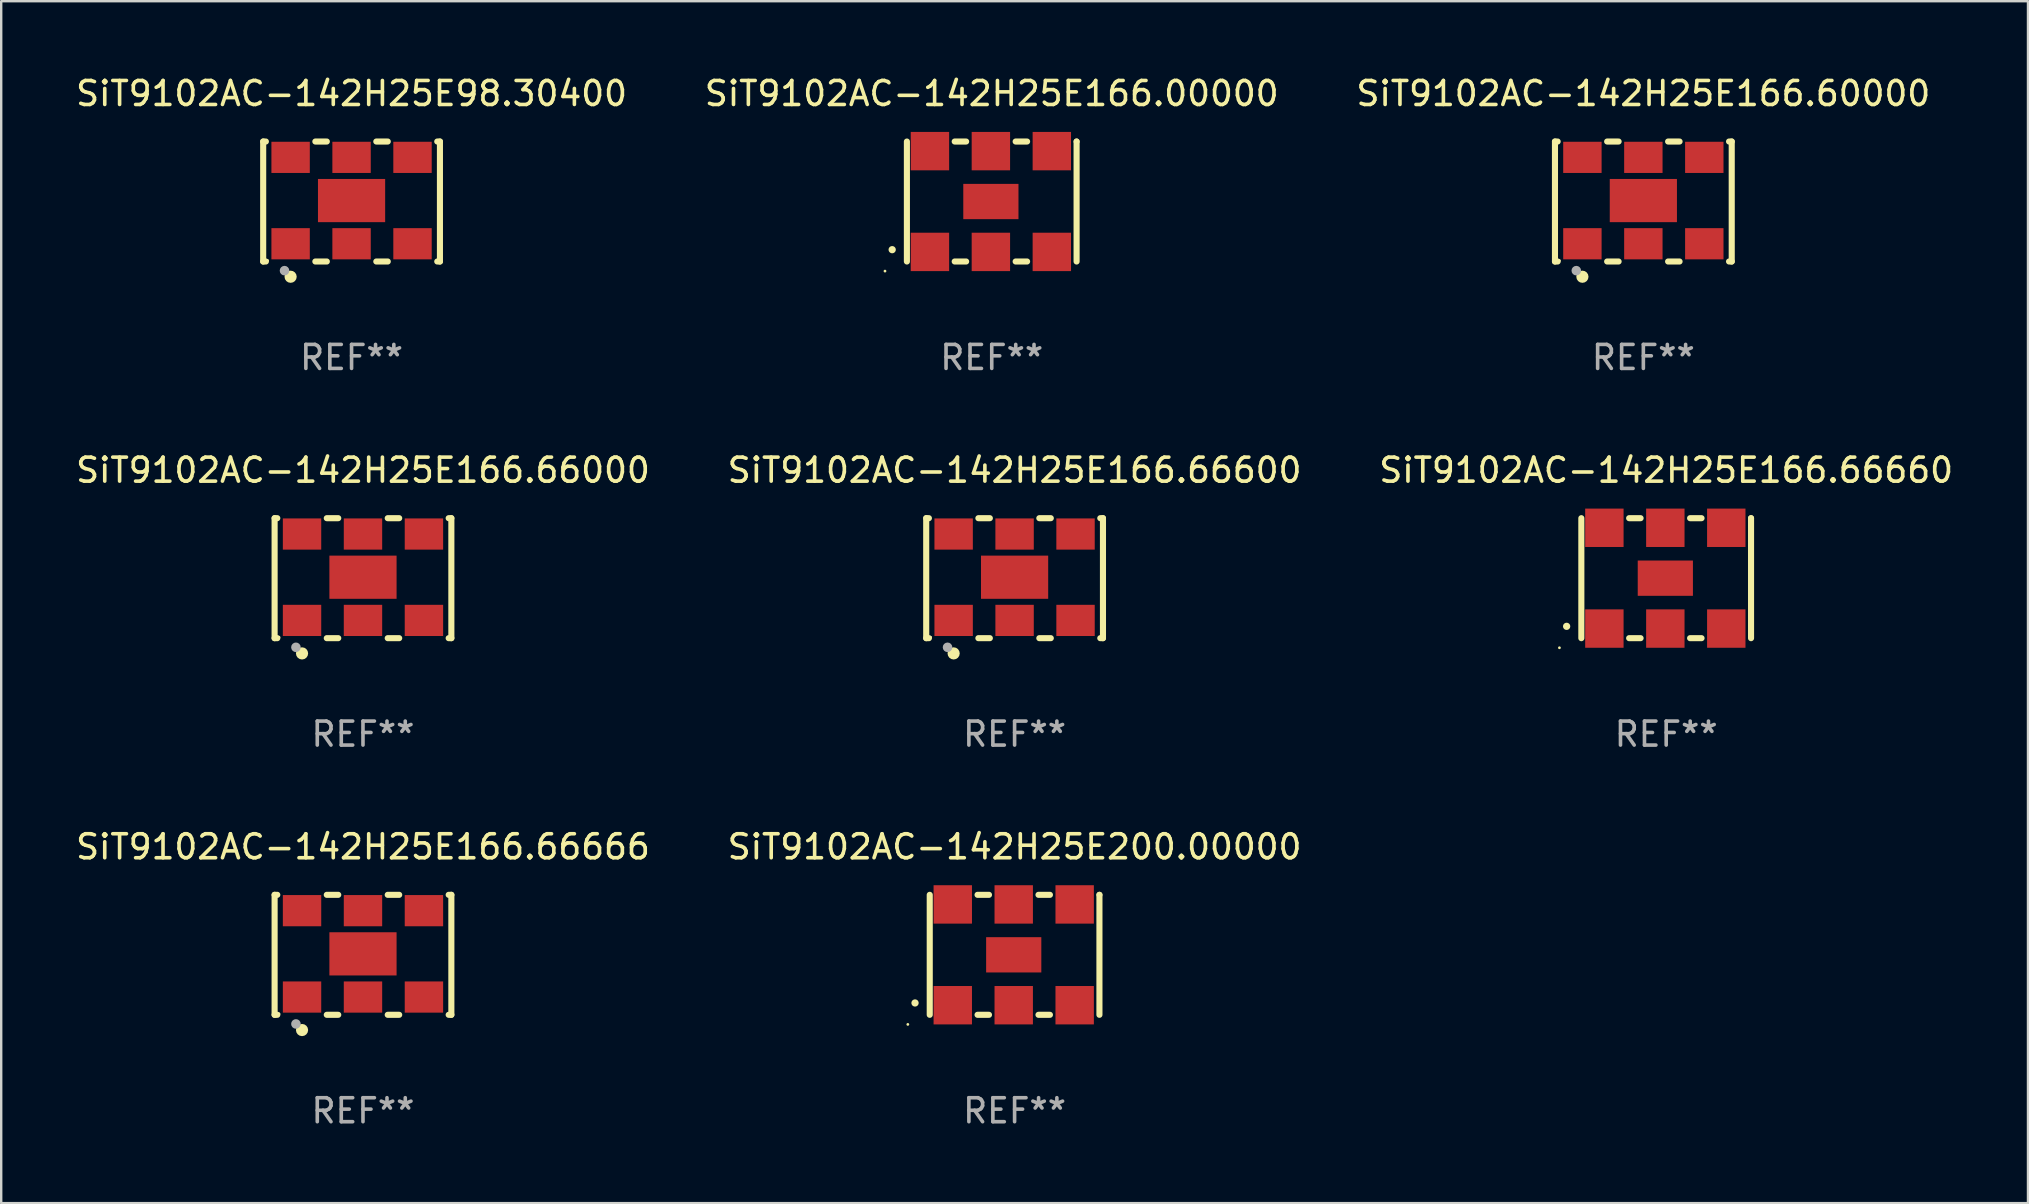
<source format=kicad_pcb>
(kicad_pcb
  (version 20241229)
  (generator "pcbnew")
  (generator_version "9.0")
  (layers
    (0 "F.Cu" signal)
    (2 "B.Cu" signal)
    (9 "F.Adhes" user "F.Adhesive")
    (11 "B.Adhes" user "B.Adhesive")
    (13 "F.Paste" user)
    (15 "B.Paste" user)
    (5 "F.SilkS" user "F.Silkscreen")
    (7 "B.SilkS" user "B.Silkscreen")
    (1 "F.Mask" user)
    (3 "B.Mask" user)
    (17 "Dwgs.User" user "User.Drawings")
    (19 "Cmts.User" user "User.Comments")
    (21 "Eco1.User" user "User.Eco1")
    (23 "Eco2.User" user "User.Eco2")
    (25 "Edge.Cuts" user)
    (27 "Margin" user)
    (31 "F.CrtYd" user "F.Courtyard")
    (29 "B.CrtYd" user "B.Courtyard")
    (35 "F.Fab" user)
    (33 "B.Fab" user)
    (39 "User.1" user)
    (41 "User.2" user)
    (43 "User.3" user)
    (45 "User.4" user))
  (footprint "SiT9102AC-142H25E98.30400"
    (layer "F.Cu")
    (at 11.601 5.348)
    (property "Reference" "SiT9102AC-142H25E98.30400" (at 0 -4.5 0) (layer "F.SilkS") (effects (font (size 1 1) (thickness 0.15))))
    (attr through_hole)
    (fp_line (start -3.683 -2.5) (end -3.571 -2.5) (stroke (width 0.254) (type solid)) (layer "F.SilkS"))
    (fp_line (start -3.683 2.5) (end -3.683 -2.5) (stroke (width 0.254) (type solid)) (layer "F.SilkS"))
    (fp_line (start -3.683 2.5) (end -3.571 2.5) (stroke (width 0.254) (type solid)) (layer "F.SilkS"))
    (fp_line (start -1.509 -2.5) (end -1.031 -2.5) (stroke (width 0.254) (type solid)) (layer "F.SilkS"))
    (fp_line (start -1.509 2.5) (end -1.031 2.5) (stroke (width 0.254) (type solid)) (layer "F.SilkS"))
    (fp_line (start 1.031 -2.5) (end 1.509 -2.5) (stroke (width 0.254) (type solid)) (layer "F.SilkS"))
    (fp_line (start 1.031 2.5) (end 1.509 2.5) (stroke (width 0.254) (type solid)) (layer "F.SilkS"))
    (fp_line (start 3.571 -2.5) (end 3.683 -2.5) (stroke (width 0.254) (type solid)) (layer "F.SilkS"))
    (fp_line (start 3.571 2.5) (end 3.683 2.5) (stroke (width 0.254) (type solid)) (layer "F.SilkS"))
    (fp_line (start 3.683 2.5) (end 3.683 -2.5) (stroke (width 0.254) (type solid)) (layer "F.SilkS"))
    (fp_circle (center -3.5 2.46) (end -3.47 2.46) (stroke (width 0.06) (type solid)) (fill no) (layer "F.SilkS"))
    (fp_circle (center -2.54 3.135) (end -2.413 3.135) (stroke (width 0.254) (type solid)) (fill no) (layer "F.SilkS"))
    (fp_circle (center -2.794 2.881) (end -2.694 2.881) (stroke (width 0.2) (type solid)) (fill no) (layer "F.Fab"))
    (fp_text user "REF**" (at 0 6.5 0) (layer "F.Fab") (effects (font (size 1 1) (thickness 0.15))))
    (pad "1" smd rect (at -2.54 1.76) (size 1.6 1.3) (layers "F.Cu" "F.Mask" "F.Paste"))
    (pad "2" smd rect (at 0 1.76) (size 1.6 1.3) (layers "F.Cu" "F.Mask" "F.Paste"))
    (pad "3" smd rect (at 2.54 1.76) (size 1.6 1.3) (layers "F.Cu" "F.Mask" "F.Paste"))
    (pad "4" smd rect (at 2.54 -1.84) (size 1.6 1.3) (layers "F.Cu" "F.Mask" "F.Paste"))
    (pad "5" smd rect (at 0 -1.84) (size 1.6 1.3) (layers "F.Cu" "F.Mask" "F.Paste"))
    (pad "6" smd rect (at -2.54 -1.84) (size 1.6 1.3) (layers "F.Cu" "F.Mask" "F.Paste"))
    (pad "7" smd rect (at 0 -0.04) (size 2.8 1.8) (layers "F.Cu" "F.Mask" "F.Paste")))
  (footprint "SiT9102AC-142H25E166.66000"
    (layer "F.Cu")
    (at 12.077 21.045)
    (property "Reference" "SiT9102AC-142H25E166.66000" (at 0 -4.5 0) (layer "F.SilkS") (effects (font (size 1 1) (thickness 0.15))))
    (attr through_hole)
    (fp_line (start -3.683 -2.5) (end -3.571 -2.5) (stroke (width 0.254) (type solid)) (layer "F.SilkS"))
    (fp_line (start -3.683 2.5) (end -3.683 -2.5) (stroke (width 0.254) (type solid)) (layer "F.SilkS"))
    (fp_line (start -3.683 2.5) (end -3.571 2.5) (stroke (width 0.254) (type solid)) (layer "F.SilkS"))
    (fp_line (start -1.509 -2.5) (end -1.031 -2.5) (stroke (width 0.254) (type solid)) (layer "F.SilkS"))
    (fp_line (start -1.509 2.5) (end -1.031 2.5) (stroke (width 0.254) (type solid)) (layer "F.SilkS"))
    (fp_line (start 1.031 -2.5) (end 1.509 -2.5) (stroke (width 0.254) (type solid)) (layer "F.SilkS"))
    (fp_line (start 1.031 2.5) (end 1.509 2.5) (stroke (width 0.254) (type solid)) (layer "F.SilkS"))
    (fp_line (start 3.571 -2.5) (end 3.683 -2.5) (stroke (width 0.254) (type solid)) (layer "F.SilkS"))
    (fp_line (start 3.571 2.5) (end 3.683 2.5) (stroke (width 0.254) (type solid)) (layer "F.SilkS"))
    (fp_line (start 3.683 2.5) (end 3.683 -2.5) (stroke (width 0.254) (type solid)) (layer "F.SilkS"))
    (fp_circle (center -3.5 2.46) (end -3.47 2.46) (stroke (width 0.06) (type solid)) (fill no) (layer "F.SilkS"))
    (fp_circle (center -2.54 3.135) (end -2.413 3.135) (stroke (width 0.254) (type solid)) (fill no) (layer "F.SilkS"))
    (fp_circle (center -2.794 2.881) (end -2.694 2.881) (stroke (width 0.2) (type solid)) (fill no) (layer "F.Fab"))
    (fp_text user "REF**" (at 0 6.5 0) (layer "F.Fab") (effects (font (size 1 1) (thickness 0.15))))
    (pad "1" smd rect (at -2.54 1.76) (size 1.6 1.3) (layers "F.Cu" "F.Mask" "F.Paste"))
    (pad "2" smd rect (at 0 1.76) (size 1.6 1.3) (layers "F.Cu" "F.Mask" "F.Paste"))
    (pad "3" smd rect (at 2.54 1.76) (size 1.6 1.3) (layers "F.Cu" "F.Mask" "F.Paste"))
    (pad "4" smd rect (at 2.54 -1.84) (size 1.6 1.3) (layers "F.Cu" "F.Mask" "F.Paste"))
    (pad "5" smd rect (at 0 -1.84) (size 1.6 1.3) (layers "F.Cu" "F.Mask" "F.Paste"))
    (pad "6" smd rect (at -2.54 -1.84) (size 1.6 1.3) (layers "F.Cu" "F.Mask" "F.Paste"))
    (pad "7" smd rect (at 0 -0.04) (size 2.8 1.8) (layers "F.Cu" "F.Mask" "F.Paste")))
  (footprint "SiT9102AC-142H25E166.66600"
    (layer "F.Cu")
    (at 39.232 21.045)
    (property "Reference" "SiT9102AC-142H25E166.66600" (at 0 -4.5 0) (layer "F.SilkS") (effects (font (size 1 1) (thickness 0.15))))
    (attr through_hole)
    (fp_line (start -3.683 -2.5) (end -3.571 -2.5) (stroke (width 0.254) (type solid)) (layer "F.SilkS"))
    (fp_line (start -3.683 2.5) (end -3.683 -2.5) (stroke (width 0.254) (type solid)) (layer "F.SilkS"))
    (fp_line (start -3.683 2.5) (end -3.571 2.5) (stroke (width 0.254) (type solid)) (layer "F.SilkS"))
    (fp_line (start -1.509 -2.5) (end -1.031 -2.5) (stroke (width 0.254) (type solid)) (layer "F.SilkS"))
    (fp_line (start -1.509 2.5) (end -1.031 2.5) (stroke (width 0.254) (type solid)) (layer "F.SilkS"))
    (fp_line (start 1.031 -2.5) (end 1.509 -2.5) (stroke (width 0.254) (type solid)) (layer "F.SilkS"))
    (fp_line (start 1.031 2.5) (end 1.509 2.5) (stroke (width 0.254) (type solid)) (layer "F.SilkS"))
    (fp_line (start 3.571 -2.5) (end 3.683 -2.5) (stroke (width 0.254) (type solid)) (layer "F.SilkS"))
    (fp_line (start 3.571 2.5) (end 3.683 2.5) (stroke (width 0.254) (type solid)) (layer "F.SilkS"))
    (fp_line (start 3.683 2.5) (end 3.683 -2.5) (stroke (width 0.254) (type solid)) (layer "F.SilkS"))
    (fp_circle (center -3.5 2.46) (end -3.47 2.46) (stroke (width 0.06) (type solid)) (fill no) (layer "F.SilkS"))
    (fp_circle (center -2.54 3.135) (end -2.413 3.135) (stroke (width 0.254) (type solid)) (fill no) (layer "F.SilkS"))
    (fp_circle (center -2.794 2.881) (end -2.694 2.881) (stroke (width 0.2) (type solid)) (fill no) (layer "F.Fab"))
    (fp_text user "REF**" (at 0 6.5 0) (layer "F.Fab") (effects (font (size 1 1) (thickness 0.15))))
    (pad "1" smd rect (at -2.54 1.76) (size 1.6 1.3) (layers "F.Cu" "F.Mask" "F.Paste"))
    (pad "2" smd rect (at 0 1.76) (size 1.6 1.3) (layers "F.Cu" "F.Mask" "F.Paste"))
    (pad "3" smd rect (at 2.54 1.76) (size 1.6 1.3) (layers "F.Cu" "F.Mask" "F.Paste"))
    (pad "4" smd rect (at 2.54 -1.84) (size 1.6 1.3) (layers "F.Cu" "F.Mask" "F.Paste"))
    (pad "5" smd rect (at 0 -1.84) (size 1.6 1.3) (layers "F.Cu" "F.Mask" "F.Paste"))
    (pad "6" smd rect (at -2.54 -1.84) (size 1.6 1.3) (layers "F.Cu" "F.Mask" "F.Paste"))
    (pad "7" smd rect (at 0 -0.04) (size 2.8 1.8) (layers "F.Cu" "F.Mask" "F.Paste")))
  (footprint "SiT9102AC-142H25E166.66666"
    (layer "F.Cu")
    (at 12.077 36.741)
    (property "Reference" "SiT9102AC-142H25E166.66666" (at 0 -4.5 0) (layer "F.SilkS") (effects (font (size 1 1) (thickness 0.15))))
    (attr through_hole)
    (fp_line (start -3.683 -2.5) (end -3.571 -2.5) (stroke (width 0.254) (type solid)) (layer "F.SilkS"))
    (fp_line (start -3.683 2.5) (end -3.683 -2.5) (stroke (width 0.254) (type solid)) (layer "F.SilkS"))
    (fp_line (start -3.683 2.5) (end -3.571 2.5) (stroke (width 0.254) (type solid)) (layer "F.SilkS"))
    (fp_line (start -1.509 -2.5) (end -1.031 -2.5) (stroke (width 0.254) (type solid)) (layer "F.SilkS"))
    (fp_line (start -1.509 2.5) (end -1.031 2.5) (stroke (width 0.254) (type solid)) (layer "F.SilkS"))
    (fp_line (start 1.031 -2.5) (end 1.509 -2.5) (stroke (width 0.254) (type solid)) (layer "F.SilkS"))
    (fp_line (start 1.031 2.5) (end 1.509 2.5) (stroke (width 0.254) (type solid)) (layer "F.SilkS"))
    (fp_line (start 3.571 -2.5) (end 3.683 -2.5) (stroke (width 0.254) (type solid)) (layer "F.SilkS"))
    (fp_line (start 3.571 2.5) (end 3.683 2.5) (stroke (width 0.254) (type solid)) (layer "F.SilkS"))
    (fp_line (start 3.683 2.5) (end 3.683 -2.5) (stroke (width 0.254) (type solid)) (layer "F.SilkS"))
    (fp_circle (center -3.5 2.46) (end -3.47 2.46) (stroke (width 0.06) (type solid)) (fill no) (layer "F.SilkS"))
    (fp_circle (center -2.54 3.135) (end -2.413 3.135) (stroke (width 0.254) (type solid)) (fill no) (layer "F.SilkS"))
    (fp_circle (center -2.794 2.881) (end -2.694 2.881) (stroke (width 0.2) (type solid)) (fill no) (layer "F.Fab"))
    (fp_text user "REF**" (at 0 6.5 0) (layer "F.Fab") (effects (font (size 1 1) (thickness 0.15))))
    (pad "1" smd rect (at -2.54 1.76) (size 1.6 1.3) (layers "F.Cu" "F.Mask" "F.Paste"))
    (pad "2" smd rect (at 0 1.76) (size 1.6 1.3) (layers "F.Cu" "F.Mask" "F.Paste"))
    (pad "3" smd rect (at 2.54 1.76) (size 1.6 1.3) (layers "F.Cu" "F.Mask" "F.Paste"))
    (pad "4" smd rect (at 2.54 -1.84) (size 1.6 1.3) (layers "F.Cu" "F.Mask" "F.Paste"))
    (pad "5" smd rect (at 0 -1.84) (size 1.6 1.3) (layers "F.Cu" "F.Mask" "F.Paste"))
    (pad "6" smd rect (at -2.54 -1.84) (size 1.6 1.3) (layers "F.Cu" "F.Mask" "F.Paste"))
    (pad "7" smd rect (at 0 -0.04) (size 2.8 1.8) (layers "F.Cu" "F.Mask" "F.Paste")))
  (footprint "SiT9102AC-142H25E166.66660"
    (layer "F.Cu")
    (at 66.387 21.045)
    (property "Reference" "SiT9102AC-142H25E166.66660" (at 0 -4.5 0) (layer "F.SilkS") (effects (font (size 1 1) (thickness 0.15))))
    (attr through_hole)
    (fp_line (start -3.536 -2.5) (end -3.536 2.5) (stroke (width 0.254) (type solid)) (layer "F.SilkS"))
    (fp_line (start -1.544 2.5) (end -1.067 2.5) (stroke (width 0.254) (type solid)) (layer "F.SilkS"))
    (fp_line (start -1.067 -2.5) (end -1.544 -2.5) (stroke (width 0.254) (type solid)) (layer "F.SilkS"))
    (fp_line (start 0.996 2.5) (end 1.473 2.5) (stroke (width 0.254) (type solid)) (layer "F.SilkS"))
    (fp_line (start 1.473 -2.5) (end 0.996 -2.5) (stroke (width 0.254) (type solid)) (layer "F.SilkS"))
    (fp_line (start 3.536 -2.5) (end 3.536 -2.5) (stroke (width 0.254) (type solid)) (layer "F.SilkS"))
    (fp_line (start 3.536 2.5) (end 3.536 -2.5) (stroke (width 0.254) (type solid)) (layer "F.SilkS"))
    (fp_arc (start -4.150432 2.006604) (mid -4.149162 2.006599) (end -4.147892 2.006604) (stroke (width 0.3) (type solid)) (layer "F.SilkS"))
    (fp_circle (center -4.449 2.9) (end -4.419 2.9) (stroke (width 0.06) (type solid)) (fill no) (layer "F.SilkS"))
    (fp_text user "REF**" (at 0 6.5 0) (layer "F.Fab") (effects (font (size 1 1) (thickness 0.15))))
    (pad "1" smd rect (at -2.576 2.1) (size 1.6 1.6) (layers "F.Cu" "F.Mask" "F.Paste"))
    (pad "2" smd rect (at -0.036 2.1) (size 1.6 1.6) (layers "F.Cu" "F.Mask" "F.Paste"))
    (pad "3" smd rect (at 2.504 2.1) (size 1.6 1.6) (layers "F.Cu" "F.Mask" "F.Paste"))
    (pad "4" smd rect (at 2.504 -2.1) (size 1.6 1.6) (layers "F.Cu" "F.Mask" "F.Paste"))
    (pad "5" smd rect (at -0.036 -2.1) (size 1.6 1.6) (layers "F.Cu" "F.Mask" "F.Paste"))
    (pad "6" smd rect (at -2.576 -2.1) (size 1.6 1.6) (layers "F.Cu" "F.Mask" "F.Paste"))
    (pad "7" smd rect (at -0.036 0) (size 2.3 1.47) (layers "F.Cu" "F.Mask" "F.Paste")))
  (footprint "SiT9102AC-142H25E200.00000"
    (layer "F.Cu")
    (at 39.232 36.741)
    (property "Reference" "SiT9102AC-142H25E200.00000" (at 0 -4.5 0) (layer "F.SilkS") (effects (font (size 1 1) (thickness 0.15))))
    (attr through_hole)
    (fp_line (start -3.536 -2.5) (end -3.536 2.5) (stroke (width 0.254) (type solid)) (layer "F.SilkS"))
    (fp_line (start -1.544 2.5) (end -1.067 2.5) (stroke (width 0.254) (type solid)) (layer "F.SilkS"))
    (fp_line (start -1.067 -2.5) (end -1.544 -2.5) (stroke (width 0.254) (type solid)) (layer "F.SilkS"))
    (fp_line (start 0.996 2.5) (end 1.473 2.5) (stroke (width 0.254) (type solid)) (layer "F.SilkS"))
    (fp_line (start 1.473 -2.5) (end 0.996 -2.5) (stroke (width 0.254) (type solid)) (layer "F.SilkS"))
    (fp_line (start 3.536 -2.5) (end 3.536 -2.5) (stroke (width 0.254) (type solid)) (layer "F.SilkS"))
    (fp_line (start 3.536 2.5) (end 3.536 -2.5) (stroke (width 0.254) (type solid)) (layer "F.SilkS"))
    (fp_arc (start -4.150432 2.006604) (mid -4.149162 2.006599) (end -4.147892 2.006604) (stroke (width 0.3) (type solid)) (layer "F.SilkS"))
    (fp_circle (center -4.449 2.9) (end -4.419 2.9) (stroke (width 0.06) (type solid)) (fill no) (layer "F.SilkS"))
    (fp_text user "REF**" (at 0 6.5 0) (layer "F.Fab") (effects (font (size 1 1) (thickness 0.15))))
    (pad "1" smd rect (at -2.576 2.1) (size 1.6 1.6) (layers "F.Cu" "F.Mask" "F.Paste"))
    (pad "2" smd rect (at -0.036 2.1) (size 1.6 1.6) (layers "F.Cu" "F.Mask" "F.Paste"))
    (pad "3" smd rect (at 2.504 2.1) (size 1.6 1.6) (layers "F.Cu" "F.Mask" "F.Paste"))
    (pad "4" smd rect (at 2.504 -2.1) (size 1.6 1.6) (layers "F.Cu" "F.Mask" "F.Paste"))
    (pad "5" smd rect (at -0.036 -2.1) (size 1.6 1.6) (layers "F.Cu" "F.Mask" "F.Paste"))
    (pad "6" smd rect (at -2.576 -2.1) (size 1.6 1.6) (layers "F.Cu" "F.Mask" "F.Paste"))
    (pad "7" smd rect (at -0.036 0) (size 2.3 1.47) (layers "F.Cu" "F.Mask" "F.Paste")))
  (footprint "SiT9102AC-142H25E166.00000"
    (layer "F.Cu")
    (at 38.28 5.348)
    (property "Reference" "SiT9102AC-142H25E166.00000" (at 0 -4.5 0) (layer "F.SilkS") (effects (font (size 1 1) (thickness 0.15))))
    (attr through_hole)
    (fp_line (start -3.536 -2.5) (end -3.536 2.5) (stroke (width 0.254) (type solid)) (layer "F.SilkS"))
    (fp_line (start -1.544 2.5) (end -1.067 2.5) (stroke (width 0.254) (type solid)) (layer "F.SilkS"))
    (fp_line (start -1.067 -2.5) (end -1.544 -2.5) (stroke (width 0.254) (type solid)) (layer "F.SilkS"))
    (fp_line (start 0.996 2.5) (end 1.473 2.5) (stroke (width 0.254) (type solid)) (layer "F.SilkS"))
    (fp_line (start 1.473 -2.5) (end 0.996 -2.5) (stroke (width 0.254) (type solid)) (layer "F.SilkS"))
    (fp_line (start 3.536 -2.5) (end 3.536 -2.5) (stroke (width 0.254) (type solid)) (layer "F.SilkS"))
    (fp_line (start 3.536 2.5) (end 3.536 -2.5) (stroke (width 0.254) (type solid)) (layer "F.SilkS"))
    (fp_arc (start -4.150432 2.006604) (mid -4.149162 2.006599) (end -4.147892 2.006604) (stroke (width 0.3) (type solid)) (layer "F.SilkS"))
    (fp_circle (center -4.449 2.9) (end -4.419 2.9) (stroke (width 0.06) (type solid)) (fill no) (layer "F.SilkS"))
    (fp_text user "REF**" (at 0 6.5 0) (layer "F.Fab") (effects (font (size 1 1) (thickness 0.15))))
    (pad "1" smd rect (at -2.576 2.1) (size 1.6 1.6) (layers "F.Cu" "F.Mask" "F.Paste"))
    (pad "2" smd rect (at -0.036 2.1) (size 1.6 1.6) (layers "F.Cu" "F.Mask" "F.Paste"))
    (pad "3" smd rect (at 2.504 2.1) (size 1.6 1.6) (layers "F.Cu" "F.Mask" "F.Paste"))
    (pad "4" smd rect (at 2.504 -2.1) (size 1.6 1.6) (layers "F.Cu" "F.Mask" "F.Paste"))
    (pad "5" smd rect (at -0.036 -2.1) (size 1.6 1.6) (layers "F.Cu" "F.Mask" "F.Paste"))
    (pad "6" smd rect (at -2.576 -2.1) (size 1.6 1.6) (layers "F.Cu" "F.Mask" "F.Paste"))
    (pad "7" smd rect (at -0.036 0) (size 2.3 1.47) (layers "F.Cu" "F.Mask" "F.Paste")))
  (footprint "SiT9102AC-142H25E166.60000"
    (layer "F.Cu")
    (at 65.435 5.348)
    (property "Reference" "SiT9102AC-142H25E166.60000" (at 0 -4.5 0) (layer "F.SilkS") (effects (font (size 1 1) (thickness 0.15))))
    (attr through_hole)
    (fp_line (start -3.683 -2.5) (end -3.571 -2.5) (stroke (width 0.254) (type solid)) (layer "F.SilkS"))
    (fp_line (start -3.683 2.5) (end -3.683 -2.5) (stroke (width 0.254) (type solid)) (layer "F.SilkS"))
    (fp_line (start -3.683 2.5) (end -3.571 2.5) (stroke (width 0.254) (type solid)) (layer "F.SilkS"))
    (fp_line (start -1.509 -2.5) (end -1.031 -2.5) (stroke (width 0.254) (type solid)) (layer "F.SilkS"))
    (fp_line (start -1.509 2.5) (end -1.031 2.5) (stroke (width 0.254) (type solid)) (layer "F.SilkS"))
    (fp_line (start 1.031 -2.5) (end 1.509 -2.5) (stroke (width 0.254) (type solid)) (layer "F.SilkS"))
    (fp_line (start 1.031 2.5) (end 1.509 2.5) (stroke (width 0.254) (type solid)) (layer "F.SilkS"))
    (fp_line (start 3.571 -2.5) (end 3.683 -2.5) (stroke (width 0.254) (type solid)) (layer "F.SilkS"))
    (fp_line (start 3.571 2.5) (end 3.683 2.5) (stroke (width 0.254) (type solid)) (layer "F.SilkS"))
    (fp_line (start 3.683 2.5) (end 3.683 -2.5) (stroke (width 0.254) (type solid)) (layer "F.SilkS"))
    (fp_circle (center -3.5 2.46) (end -3.47 2.46) (stroke (width 0.06) (type solid)) (fill no) (layer "F.SilkS"))
    (fp_circle (center -2.54 3.135) (end -2.413 3.135) (stroke (width 0.254) (type solid)) (fill no) (layer "F.SilkS"))
    (fp_circle (center -2.794 2.881) (end -2.694 2.881) (stroke (width 0.2) (type solid)) (fill no) (layer "F.Fab"))
    (fp_text user "REF**" (at 0 6.5 0) (layer "F.Fab") (effects (font (size 1 1) (thickness 0.15))))
    (pad "1" smd rect (at -2.54 1.76) (size 1.6 1.3) (layers "F.Cu" "F.Mask" "F.Paste"))
    (pad "2" smd rect (at 0 1.76) (size 1.6 1.3) (layers "F.Cu" "F.Mask" "F.Paste"))
    (pad "3" smd rect (at 2.54 1.76) (size 1.6 1.3) (layers "F.Cu" "F.Mask" "F.Paste"))
    (pad "4" smd rect (at 2.54 -1.84) (size 1.6 1.3) (layers "F.Cu" "F.Mask" "F.Paste"))
    (pad "5" smd rect (at 0 -1.84) (size 1.6 1.3) (layers "F.Cu" "F.Mask" "F.Paste"))
    (pad "6" smd rect (at -2.54 -1.84) (size 1.6 1.3) (layers "F.Cu" "F.Mask" "F.Paste"))
    (pad "7" smd rect (at 0 -0.04) (size 2.8 1.8) (layers "F.Cu" "F.Mask" "F.Paste")))
  (gr_rect
    (start -3 -3)
    (end 81.464 47.09)
    (stroke (width 0.1) (type default))
    (fill no)
    (layer "Edge.Cuts")))
</source>
